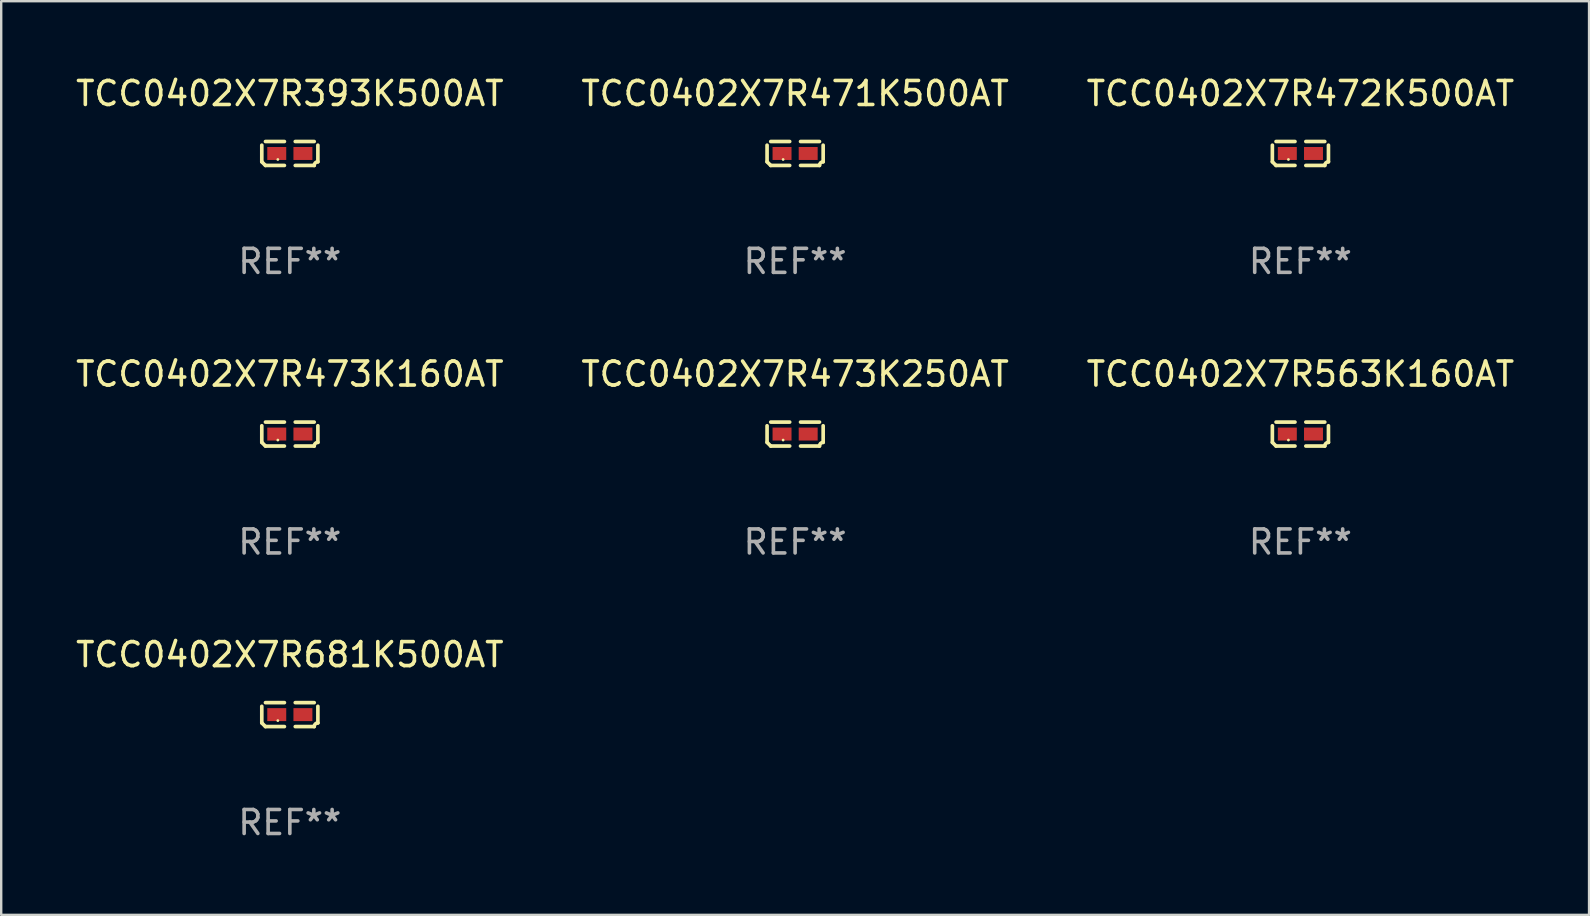
<source format=kicad_pcb>
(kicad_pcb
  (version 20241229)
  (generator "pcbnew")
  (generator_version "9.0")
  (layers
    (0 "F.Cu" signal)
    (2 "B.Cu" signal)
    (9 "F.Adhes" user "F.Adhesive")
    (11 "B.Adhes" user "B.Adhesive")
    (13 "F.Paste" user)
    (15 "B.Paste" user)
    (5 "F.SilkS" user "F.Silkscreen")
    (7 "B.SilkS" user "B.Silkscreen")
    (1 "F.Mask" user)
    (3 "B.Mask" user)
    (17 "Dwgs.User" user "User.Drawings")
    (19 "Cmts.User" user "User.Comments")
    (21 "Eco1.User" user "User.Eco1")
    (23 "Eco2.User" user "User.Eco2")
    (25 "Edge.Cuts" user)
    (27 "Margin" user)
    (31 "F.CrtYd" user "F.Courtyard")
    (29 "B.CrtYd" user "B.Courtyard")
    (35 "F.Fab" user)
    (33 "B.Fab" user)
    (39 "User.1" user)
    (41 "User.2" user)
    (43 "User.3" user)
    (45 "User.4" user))
  (footprint "TCC0402X7R473K250AT"
    (layer "F.Cu")
    (at 30.089 15.041)
    (property "Reference" "TCC0402X7R473K250AT" (at 0 -2.499 0) (layer "F.SilkS") (effects (font (size 1 1) (thickness 0.15))))
    (attr through_hole)
    (fp_line (start -1.169 0.346) (end -1.169 -0.346) (stroke (width 0.152) (type solid)) (layer "F.SilkS"))
    (fp_line (start -1.016 -0.499) (end -0.226 -0.499) (stroke (width 0.152) (type solid)) (layer "F.SilkS"))
    (fp_line (start -0.226 0.499) (end -1.016 0.499) (stroke (width 0.152) (type solid)) (layer "F.SilkS"))
    (fp_line (start 0.226 0.499) (end 1.016 0.499) (stroke (width 0.152) (type solid)) (layer "F.SilkS"))
    (fp_line (start 1.016 -0.499) (end 0.226 -0.499) (stroke (width 0.152) (type solid)) (layer "F.SilkS"))
    (fp_line (start 1.169 0.346) (end 1.169 -0.346) (stroke (width 0.152) (type solid)) (layer "F.SilkS"))
    (fp_arc (start -1.016307 0.498603) (mid -1.092512 0.422405) (end -1.16871 0.3462) (stroke (width 0.1524) (type solid)) (layer "F.SilkS"))
    (fp_arc (start 1.016307 0.498603) (mid 1.060899 0.390758) (end 1.168707 0.346076) (stroke (width 0.1524) (type solid)) (layer "F.SilkS"))
    (fp_circle (center -0.5 0.25) (end -0.47 0.25) (stroke (width 0.06) (type solid)) (fill no) (layer "F.SilkS"))
    (fp_text user "REF**" (at 0 4.499 0) (layer "F.Fab") (effects (font (size 1 1) (thickness 0.15))))
    (pad "1" smd rect (at -0.545 0) (size 0.79 0.54) (layers "F.Cu" "F.Mask" "F.Paste"))
    (pad "2" smd rect (at 0.545 0) (size 0.79 0.54) (layers "F.Cu" "F.Mask" "F.Paste")))
  (footprint "TCC0402X7R472K500AT"
    (layer "F.Cu")
    (at 51.149 3.347)
    (property "Reference" "TCC0402X7R472K500AT" (at 0 -2.499 0) (layer "F.SilkS") (effects (font (size 1 1) (thickness 0.15))))
    (attr through_hole)
    (fp_line (start -1.169 0.346) (end -1.169 -0.346) (stroke (width 0.152) (type solid)) (layer "F.SilkS"))
    (fp_line (start -1.016 -0.499) (end -0.226 -0.499) (stroke (width 0.152) (type solid)) (layer "F.SilkS"))
    (fp_line (start -0.226 0.499) (end -1.016 0.499) (stroke (width 0.152) (type solid)) (layer "F.SilkS"))
    (fp_line (start 0.226 0.499) (end 1.016 0.499) (stroke (width 0.152) (type solid)) (layer "F.SilkS"))
    (fp_line (start 1.016 -0.499) (end 0.226 -0.499) (stroke (width 0.152) (type solid)) (layer "F.SilkS"))
    (fp_line (start 1.169 0.346) (end 1.169 -0.346) (stroke (width 0.152) (type solid)) (layer "F.SilkS"))
    (fp_arc (start -1.016307 0.498603) (mid -1.092512 0.422405) (end -1.16871 0.3462) (stroke (width 0.1524) (type solid)) (layer "F.SilkS"))
    (fp_arc (start 1.016307 0.498603) (mid 1.060899 0.390758) (end 1.168707 0.346076) (stroke (width 0.1524) (type solid)) (layer "F.SilkS"))
    (fp_circle (center -0.5 0.25) (end -0.47 0.25) (stroke (width 0.06) (type solid)) (fill no) (layer "F.SilkS"))
    (fp_text user "REF**" (at 0 4.499 0) (layer "F.Fab") (effects (font (size 1 1) (thickness 0.15))))
    (pad "1" smd rect (at -0.545 0) (size 0.79 0.54) (layers "F.Cu" "F.Mask" "F.Paste"))
    (pad "2" smd rect (at 0.545 0) (size 0.79 0.54) (layers "F.Cu" "F.Mask" "F.Paste")))
  (footprint "TCC0402X7R473K160AT"
    (layer "F.Cu")
    (at 9.03 15.041)
    (property "Reference" "TCC0402X7R473K160AT" (at 0 -2.499 0) (layer "F.SilkS") (effects (font (size 1 1) (thickness 0.15))))
    (attr through_hole)
    (fp_line (start -1.169 0.346) (end -1.169 -0.346) (stroke (width 0.152) (type solid)) (layer "F.SilkS"))
    (fp_line (start -1.016 -0.499) (end -0.226 -0.499) (stroke (width 0.152) (type solid)) (layer "F.SilkS"))
    (fp_line (start -0.226 0.499) (end -1.016 0.499) (stroke (width 0.152) (type solid)) (layer "F.SilkS"))
    (fp_line (start 0.226 0.499) (end 1.016 0.499) (stroke (width 0.152) (type solid)) (layer "F.SilkS"))
    (fp_line (start 1.016 -0.499) (end 0.226 -0.499) (stroke (width 0.152) (type solid)) (layer "F.SilkS"))
    (fp_line (start 1.169 0.346) (end 1.169 -0.346) (stroke (width 0.152) (type solid)) (layer "F.SilkS"))
    (fp_arc (start -1.016307 0.498603) (mid -1.092512 0.422405) (end -1.16871 0.3462) (stroke (width 0.1524) (type solid)) (layer "F.SilkS"))
    (fp_arc (start 1.016307 0.498603) (mid 1.060899 0.390758) (end 1.168707 0.346076) (stroke (width 0.1524) (type solid)) (layer "F.SilkS"))
    (fp_circle (center -0.5 0.25) (end -0.47 0.25) (stroke (width 0.06) (type solid)) (fill no) (layer "F.SilkS"))
    (fp_text user "REF**" (at 0 4.499 0) (layer "F.Fab") (effects (font (size 1 1) (thickness 0.15))))
    (pad "1" smd rect (at -0.545 0) (size 0.79 0.54) (layers "F.Cu" "F.Mask" "F.Paste"))
    (pad "2" smd rect (at 0.545 0) (size 0.79 0.54) (layers "F.Cu" "F.Mask" "F.Paste")))
  (footprint "TCC0402X7R681K500AT"
    (layer "F.Cu")
    (at 9.03 26.734)
    (property "Reference" "TCC0402X7R681K500AT" (at 0 -2.499 0) (layer "F.SilkS") (effects (font (size 1 1) (thickness 0.15))))
    (attr through_hole)
    (fp_line (start -1.169 0.346) (end -1.169 -0.346) (stroke (width 0.152) (type solid)) (layer "F.SilkS"))
    (fp_line (start -1.016 -0.499) (end -0.226 -0.499) (stroke (width 0.152) (type solid)) (layer "F.SilkS"))
    (fp_line (start -0.226 0.499) (end -1.016 0.499) (stroke (width 0.152) (type solid)) (layer "F.SilkS"))
    (fp_line (start 0.226 0.499) (end 1.016 0.499) (stroke (width 0.152) (type solid)) (layer "F.SilkS"))
    (fp_line (start 1.016 -0.499) (end 0.226 -0.499) (stroke (width 0.152) (type solid)) (layer "F.SilkS"))
    (fp_line (start 1.169 0.346) (end 1.169 -0.346) (stroke (width 0.152) (type solid)) (layer "F.SilkS"))
    (fp_arc (start -1.016307 0.498603) (mid -1.092512 0.422405) (end -1.16871 0.3462) (stroke (width 0.1524) (type solid)) (layer "F.SilkS"))
    (fp_arc (start 1.016307 0.498603) (mid 1.060899 0.390758) (end 1.168707 0.346076) (stroke (width 0.1524) (type solid)) (layer "F.SilkS"))
    (fp_circle (center -0.5 0.25) (end -0.47 0.25) (stroke (width 0.06) (type solid)) (fill no) (layer "F.SilkS"))
    (fp_text user "REF**" (at 0 4.499 0) (layer "F.Fab") (effects (font (size 1 1) (thickness 0.15))))
    (pad "1" smd rect (at -0.545 0) (size 0.79 0.54) (layers "F.Cu" "F.Mask" "F.Paste"))
    (pad "2" smd rect (at 0.545 0) (size 0.79 0.54) (layers "F.Cu" "F.Mask" "F.Paste")))
  (footprint "TCC0402X7R471K500AT"
    (layer "F.Cu")
    (at 30.089 3.347)
    (property "Reference" "TCC0402X7R471K500AT" (at 0 -2.499 0) (layer "F.SilkS") (effects (font (size 1 1) (thickness 0.15))))
    (attr through_hole)
    (fp_line (start -1.169 0.346) (end -1.169 -0.346) (stroke (width 0.152) (type solid)) (layer "F.SilkS"))
    (fp_line (start -1.016 -0.499) (end -0.226 -0.499) (stroke (width 0.152) (type solid)) (layer "F.SilkS"))
    (fp_line (start -0.226 0.499) (end -1.016 0.499) (stroke (width 0.152) (type solid)) (layer "F.SilkS"))
    (fp_line (start 0.226 0.499) (end 1.016 0.499) (stroke (width 0.152) (type solid)) (layer "F.SilkS"))
    (fp_line (start 1.016 -0.499) (end 0.226 -0.499) (stroke (width 0.152) (type solid)) (layer "F.SilkS"))
    (fp_line (start 1.169 0.346) (end 1.169 -0.346) (stroke (width 0.152) (type solid)) (layer "F.SilkS"))
    (fp_arc (start -1.016307 0.498603) (mid -1.092512 0.422405) (end -1.16871 0.3462) (stroke (width 0.1524) (type solid)) (layer "F.SilkS"))
    (fp_arc (start 1.016307 0.498603) (mid 1.060899 0.390758) (end 1.168707 0.346076) (stroke (width 0.1524) (type solid)) (layer "F.SilkS"))
    (fp_circle (center -0.5 0.25) (end -0.47 0.25) (stroke (width 0.06) (type solid)) (fill no) (layer "F.SilkS"))
    (fp_text user "REF**" (at 0 4.499 0) (layer "F.Fab") (effects (font (size 1 1) (thickness 0.15))))
    (pad "1" smd rect (at -0.545 0) (size 0.79 0.54) (layers "F.Cu" "F.Mask" "F.Paste"))
    (pad "2" smd rect (at 0.545 0) (size 0.79 0.54) (layers "F.Cu" "F.Mask" "F.Paste")))
  (footprint "TCC0402X7R393K500AT"
    (layer "F.Cu")
    (at 9.03 3.347)
    (property "Reference" "TCC0402X7R393K500AT" (at 0 -2.499 0) (layer "F.SilkS") (effects (font (size 1 1) (thickness 0.15))))
    (attr through_hole)
    (fp_line (start -1.169 0.346) (end -1.169 -0.346) (stroke (width 0.152) (type solid)) (layer "F.SilkS"))
    (fp_line (start -1.016 -0.499) (end -0.226 -0.499) (stroke (width 0.152) (type solid)) (layer "F.SilkS"))
    (fp_line (start -0.226 0.499) (end -1.016 0.499) (stroke (width 0.152) (type solid)) (layer "F.SilkS"))
    (fp_line (start 0.226 0.499) (end 1.016 0.499) (stroke (width 0.152) (type solid)) (layer "F.SilkS"))
    (fp_line (start 1.016 -0.499) (end 0.226 -0.499) (stroke (width 0.152) (type solid)) (layer "F.SilkS"))
    (fp_line (start 1.169 0.346) (end 1.169 -0.346) (stroke (width 0.152) (type solid)) (layer "F.SilkS"))
    (fp_arc (start -1.016307 0.498603) (mid -1.092512 0.422405) (end -1.16871 0.3462) (stroke (width 0.1524) (type solid)) (layer "F.SilkS"))
    (fp_arc (start 1.016307 0.498603) (mid 1.060899 0.390758) (end 1.168707 0.346076) (stroke (width 0.1524) (type solid)) (layer "F.SilkS"))
    (fp_circle (center -0.5 0.25) (end -0.47 0.25) (stroke (width 0.06) (type solid)) (fill no) (layer "F.SilkS"))
    (fp_text user "REF**" (at 0 4.499 0) (layer "F.Fab") (effects (font (size 1 1) (thickness 0.15))))
    (pad "1" smd rect (at -0.545 0) (size 0.79 0.54) (layers "F.Cu" "F.Mask" "F.Paste"))
    (pad "2" smd rect (at 0.545 0) (size 0.79 0.54) (layers "F.Cu" "F.Mask" "F.Paste")))
  (footprint "TCC0402X7R563K160AT"
    (layer "F.Cu")
    (at 51.149 15.041)
    (property "Reference" "TCC0402X7R563K160AT" (at 0 -2.499 0) (layer "F.SilkS") (effects (font (size 1 1) (thickness 0.15))))
    (attr through_hole)
    (fp_line (start -1.169 0.346) (end -1.169 -0.346) (stroke (width 0.152) (type solid)) (layer "F.SilkS"))
    (fp_line (start -1.016 -0.499) (end -0.226 -0.499) (stroke (width 0.152) (type solid)) (layer "F.SilkS"))
    (fp_line (start -0.226 0.499) (end -1.016 0.499) (stroke (width 0.152) (type solid)) (layer "F.SilkS"))
    (fp_line (start 0.226 0.499) (end 1.016 0.499) (stroke (width 0.152) (type solid)) (layer "F.SilkS"))
    (fp_line (start 1.016 -0.499) (end 0.226 -0.499) (stroke (width 0.152) (type solid)) (layer "F.SilkS"))
    (fp_line (start 1.169 0.346) (end 1.169 -0.346) (stroke (width 0.152) (type solid)) (layer "F.SilkS"))
    (fp_arc (start -1.016307 0.498603) (mid -1.092512 0.422405) (end -1.16871 0.3462) (stroke (width 0.1524) (type solid)) (layer "F.SilkS"))
    (fp_arc (start 1.016307 0.498603) (mid 1.060899 0.390758) (end 1.168707 0.346076) (stroke (width 0.1524) (type solid)) (layer "F.SilkS"))
    (fp_circle (center -0.5 0.25) (end -0.47 0.25) (stroke (width 0.06) (type solid)) (fill no) (layer "F.SilkS"))
    (fp_text user "REF**" (at 0 4.499 0) (layer "F.Fab") (effects (font (size 1 1) (thickness 0.15))))
    (pad "1" smd rect (at -0.545 0) (size 0.79 0.54) (layers "F.Cu" "F.Mask" "F.Paste"))
    (pad "2" smd rect (at 0.545 0) (size 0.79 0.54) (layers "F.Cu" "F.Mask" "F.Paste")))
  (gr_rect
    (start -3 -3)
    (end 63.179 35.081)
    (stroke (width 0.1) (type default))
    (fill no)
    (layer "Edge.Cuts")))
</source>
